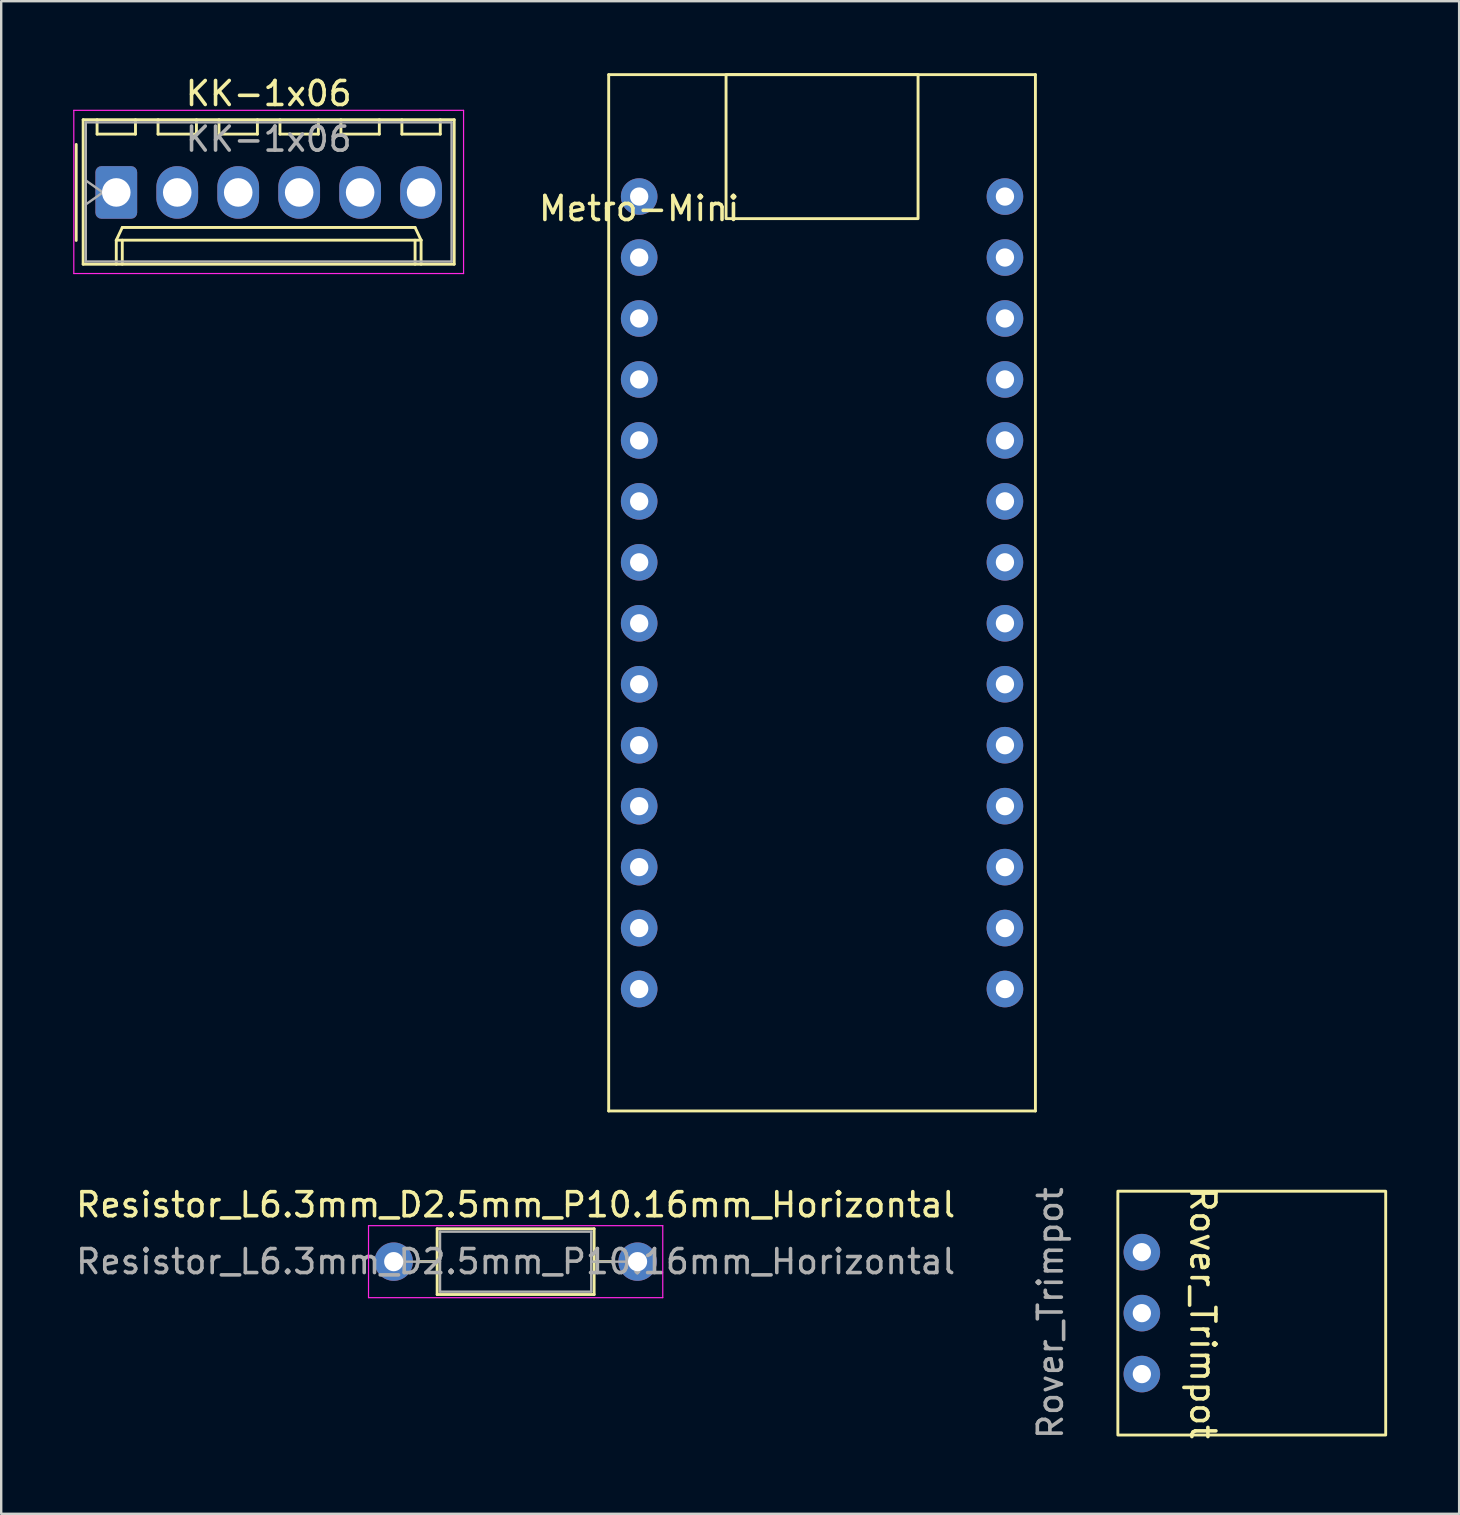
<source format=kicad_pcb>
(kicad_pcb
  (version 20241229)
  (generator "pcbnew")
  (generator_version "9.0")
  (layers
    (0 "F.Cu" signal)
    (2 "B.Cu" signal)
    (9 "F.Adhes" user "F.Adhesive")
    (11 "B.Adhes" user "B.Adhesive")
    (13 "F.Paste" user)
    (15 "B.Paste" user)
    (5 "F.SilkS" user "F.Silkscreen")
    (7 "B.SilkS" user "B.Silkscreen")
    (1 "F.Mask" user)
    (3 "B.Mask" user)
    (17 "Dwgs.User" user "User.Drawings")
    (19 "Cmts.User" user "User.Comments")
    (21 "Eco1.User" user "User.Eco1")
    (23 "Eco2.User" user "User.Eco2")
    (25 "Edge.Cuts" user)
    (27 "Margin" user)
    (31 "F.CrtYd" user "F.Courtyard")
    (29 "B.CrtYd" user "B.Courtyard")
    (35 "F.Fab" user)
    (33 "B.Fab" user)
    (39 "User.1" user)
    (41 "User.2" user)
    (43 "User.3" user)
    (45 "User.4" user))
  (footprint "Resistor_L6.3mm_D2.5mm_P10.16mm_Horizontal"
    (layer "F.Cu")
    (at 13.355 49.518)
    (property "Reference" "Resistor_L6.3mm_D2.5mm_P10.16mm_Horizontal" (at 5.08 -2.37 0) (layer "F.SilkS") (effects (font (size 1 1) (thickness 0.15))))
    (attr through_hole)
    (fp_line (start 1.04 0) (end 1.81 0) (stroke (width 0.12) (type solid)) (layer "F.SilkS"))
    (fp_line (start 1.81 -1.37) (end 1.81 1.37) (stroke (width 0.12) (type solid)) (layer "F.SilkS"))
    (fp_line (start 1.81 1.37) (end 8.35 1.37) (stroke (width 0.12) (type solid)) (layer "F.SilkS"))
    (fp_line (start 8.35 -1.37) (end 1.81 -1.37) (stroke (width 0.12) (type solid)) (layer "F.SilkS"))
    (fp_line (start 8.35 1.37) (end 8.35 -1.37) (stroke (width 0.12) (type solid)) (layer "F.SilkS"))
    (fp_line (start 9.12 0) (end 8.35 0) (stroke (width 0.12) (type solid)) (layer "F.SilkS"))
    (fp_line (start -1.05 -1.5) (end -1.05 1.5) (stroke (width 0.05) (type solid)) (layer "F.CrtYd"))
    (fp_line (start -1.05 1.5) (end 11.21 1.5) (stroke (width 0.05) (type solid)) (layer "F.CrtYd"))
    (fp_line (start 11.21 -1.5) (end -1.05 -1.5) (stroke (width 0.05) (type solid)) (layer "F.CrtYd"))
    (fp_line (start 11.21 1.5) (end 11.21 -1.5) (stroke (width 0.05) (type solid)) (layer "F.CrtYd"))
    (fp_line (start 0 0) (end 1.93 0) (stroke (width 0.1) (type solid)) (layer "F.Fab"))
    (fp_line (start 1.93 -1.25) (end 1.93 1.25) (stroke (width 0.1) (type solid)) (layer "F.Fab"))
    (fp_line (start 1.93 1.25) (end 8.23 1.25) (stroke (width 0.1) (type solid)) (layer "F.Fab"))
    (fp_line (start 8.23 -1.25) (end 1.93 -1.25) (stroke (width 0.1) (type solid)) (layer "F.Fab"))
    (fp_line (start 8.23 1.25) (end 8.23 -1.25) (stroke (width 0.1) (type solid)) (layer "F.Fab"))
    (fp_line (start 10.16 0) (end 8.23 0) (stroke (width 0.1) (type solid)) (layer "F.Fab"))
    (fp_text user "${REFERENCE}" (at 5.08 0 0) (layer "F.Fab") (effects (font (size 1 1) (thickness 0.15))))
    (pad "1" thru_hole circle (at 0 0) (size 1.6 1.6) (drill 0.8) (layers "*.Cu" "*.Mask"))
    (pad "2" thru_hole oval (at 10.16 0) (size 1.6 1.6) (drill 0.8) (layers "*.Cu" "*.Mask")))
  (footprint "KK-1x06"
    (layer "F.Cu")
    (at 1.795 4.968)
    (property "Reference" "KK-1x06" (at 6.35 -4.12 0) (layer "F.SilkS") (effects (font (size 1 1) (thickness 0.15))))
    (attr through_hole)
    (fp_line (start -1.67 -2) (end -1.67 2) (stroke (width 0.12) (type solid)) (layer "F.SilkS"))
    (fp_line (start -1.38 -3.03) (end -1.38 2.99) (stroke (width 0.12) (type solid)) (layer "F.SilkS"))
    (fp_line (start -1.38 2.99) (end 14.08 2.99) (stroke (width 0.12) (type solid)) (layer "F.SilkS"))
    (fp_line (start -0.8 -3.03) (end -0.8 -2.43) (stroke (width 0.12) (type solid)) (layer "F.SilkS"))
    (fp_line (start -0.8 -2.43) (end 0.8 -2.43) (stroke (width 0.12) (type solid)) (layer "F.SilkS"))
    (fp_line (start 0 1.99) (end 0.25 1.46) (stroke (width 0.12) (type solid)) (layer "F.SilkS"))
    (fp_line (start 0 1.99) (end 12.7 1.99) (stroke (width 0.12) (type solid)) (layer "F.SilkS"))
    (fp_line (start 0 2.99) (end 0 1.99) (stroke (width 0.12) (type solid)) (layer "F.SilkS"))
    (fp_line (start 0.25 1.46) (end 12.45 1.46) (stroke (width 0.12) (type solid)) (layer "F.SilkS"))
    (fp_line (start 0.25 2.99) (end 0.25 1.99) (stroke (width 0.12) (type solid)) (layer "F.SilkS"))
    (fp_line (start 0.8 -2.43) (end 0.8 -3.03) (stroke (width 0.12) (type solid)) (layer "F.SilkS"))
    (fp_line (start 1.74 -3.03) (end 1.74 -2.43) (stroke (width 0.12) (type solid)) (layer "F.SilkS"))
    (fp_line (start 1.74 -2.43) (end 3.34 -2.43) (stroke (width 0.12) (type solid)) (layer "F.SilkS"))
    (fp_line (start 3.34 -2.43) (end 3.34 -3.03) (stroke (width 0.12) (type solid)) (layer "F.SilkS"))
    (fp_line (start 4.28 -3.03) (end 4.28 -2.43) (stroke (width 0.12) (type solid)) (layer "F.SilkS"))
    (fp_line (start 4.28 -2.43) (end 5.88 -2.43) (stroke (width 0.12) (type solid)) (layer "F.SilkS"))
    (fp_line (start 5.88 -2.43) (end 5.88 -3.03) (stroke (width 0.12) (type solid)) (layer "F.SilkS"))
    (fp_line (start 6.82 -3.03) (end 6.82 -2.43) (stroke (width 0.12) (type solid)) (layer "F.SilkS"))
    (fp_line (start 6.82 -2.43) (end 8.42 -2.43) (stroke (width 0.12) (type solid)) (layer "F.SilkS"))
    (fp_line (start 8.42 -2.43) (end 8.42 -3.03) (stroke (width 0.12) (type solid)) (layer "F.SilkS"))
    (fp_line (start 9.36 -3.03) (end 9.36 -2.43) (stroke (width 0.12) (type solid)) (layer "F.SilkS"))
    (fp_line (start 9.36 -2.43) (end 10.96 -2.43) (stroke (width 0.12) (type solid)) (layer "F.SilkS"))
    (fp_line (start 10.96 -2.43) (end 10.96 -3.03) (stroke (width 0.12) (type solid)) (layer "F.SilkS"))
    (fp_line (start 11.9 -3.03) (end 11.9 -2.43) (stroke (width 0.12) (type solid)) (layer "F.SilkS"))
    (fp_line (start 11.9 -2.43) (end 13.5 -2.43) (stroke (width 0.12) (type solid)) (layer "F.SilkS"))
    (fp_line (start 12.45 1.46) (end 12.7 1.99) (stroke (width 0.12) (type solid)) (layer "F.SilkS"))
    (fp_line (start 12.45 2.99) (end 12.45 1.99) (stroke (width 0.12) (type solid)) (layer "F.SilkS"))
    (fp_line (start 12.7 1.99) (end 12.7 2.99) (stroke (width 0.12) (type solid)) (layer "F.SilkS"))
    (fp_line (start 13.5 -2.43) (end 13.5 -3.03) (stroke (width 0.12) (type solid)) (layer "F.SilkS"))
    (fp_line (start 14.08 -3.03) (end -1.38 -3.03) (stroke (width 0.12) (type solid)) (layer "F.SilkS"))
    (fp_line (start 14.08 2.99) (end 14.08 -3.03) (stroke (width 0.12) (type solid)) (layer "F.SilkS"))
    (fp_line (start -1.77 -3.42) (end -1.77 3.38) (stroke (width 0.05) (type solid)) (layer "F.CrtYd"))
    (fp_line (start -1.77 3.38) (end 14.47 3.38) (stroke (width 0.05) (type solid)) (layer "F.CrtYd"))
    (fp_line (start 14.47 -3.42) (end -1.77 -3.42) (stroke (width 0.05) (type solid)) (layer "F.CrtYd"))
    (fp_line (start 14.47 3.38) (end 14.47 -3.42) (stroke (width 0.05) (type solid)) (layer "F.CrtYd"))
    (fp_line (start -1.27 -2.92) (end -1.27 2.88) (stroke (width 0.1) (type solid)) (layer "F.Fab"))
    (fp_line (start -1.27 -0.5) (end -0.563 0) (stroke (width 0.1) (type solid)) (layer "F.Fab"))
    (fp_line (start -1.27 2.88) (end 13.97 2.88) (stroke (width 0.1) (type solid)) (layer "F.Fab"))
    (fp_line (start -0.563 0) (end -1.27 0.5) (stroke (width 0.1) (type solid)) (layer "F.Fab"))
    (fp_line (start 13.97 -2.92) (end -1.27 -2.92) (stroke (width 0.1) (type solid)) (layer "F.Fab"))
    (fp_line (start 13.97 2.88) (end 13.97 -2.92) (stroke (width 0.1) (type solid)) (layer "F.Fab"))
    (fp_text user "${REFERENCE}" (at 6.35 -2.22 0) (layer "F.Fab") (effects (font (size 1 1) (thickness 0.15))))
    (pad "1" thru_hole roundrect (at 0 0) (size 1.74 2.19) (drill 1.19) (layers "*.Cu" "*.Mask") (roundrect_rratio 0.144))
    (pad "2" thru_hole oval (at 2.54 0) (size 1.74 2.19) (drill 1.19) (layers "*.Cu" "*.Mask"))
    (pad "3" thru_hole oval (at 5.08 0) (size 1.74 2.19) (drill 1.19) (layers "*.Cu" "*.Mask"))
    (pad "4" thru_hole oval (at 7.62 0) (size 1.74 2.19) (drill 1.19) (layers "*.Cu" "*.Mask"))
    (pad "5" thru_hole oval (at 10.16 0) (size 1.74 2.19) (drill 1.19) (layers "*.Cu" "*.Mask"))
    (pad "6" thru_hole oval (at 12.7 0) (size 1.74 2.19) (drill 1.19) (layers "*.Cu" "*.Mask")))
  (footprint "Rover_Trimpot"
    (layer "F.Cu")
    (at 44.527 49.123)
    (property "Reference" "Rover_Trimpot" (at 2.54 2.54 270) (unlocked yes) (layer "F.SilkS") (effects (font (size 1 1) (thickness 0.15))))
    (attr through_hole)
    (fp_rect (start -1 -2.54) (end 10.16 7.62) (stroke (width 0.12) (type solid)) (fill no) (layer "F.SilkS"))
    (fp_text user "${REFERENCE}" (at -3.81 2.54 90) (unlocked yes) (layer "F.Fab") (effects (font (size 1 1) (thickness 0.15))))
    (pad "1" thru_hole circle (at 0 0) (size 1.524 1.524) (drill 0.762) (layers "*.Cu" "*.Mask"))
    (pad "2" thru_hole circle (at 0 2.54) (size 1.524 1.524) (drill 0.762) (layers "*.Cu" "*.Mask"))
    (pad "3" thru_hole circle (at 0 5.08) (size 1.524 1.524) (drill 0.762) (layers "*.Cu" "*.Mask")))
  (footprint "Metro-Mini"
    (layer "F.Cu")
    (at 23.582 5.14)
    (property "Reference" "Metro-Mini" (at 0 0.5 0) (layer "F.SilkS") (effects (font (size 1 1) (thickness 0.15))))
    (attr through_hole)
    (fp_line (start -1.27 -5.08) (end -1.27 38.1) (stroke (width 0.12) (type solid)) (layer "F.SilkS"))
    (fp_line (start -1.27 38.1) (end 16.51 38.1) (stroke (width 0.12) (type solid)) (layer "F.SilkS"))
    (fp_line (start 16.51 -5.08) (end -1.27 -5.08) (stroke (width 0.12) (type solid)) (layer "F.SilkS"))
    (fp_line (start 16.51 38.1) (end 16.51 -5.08) (stroke (width 0.12) (type solid)) (layer "F.SilkS"))
    (fp_rect (start 3.62 -5.08) (end 11.62 0.92) (stroke (width 0.12) (type solid)) (fill no) (layer "F.SilkS"))
    (pad "1" thru_hole circle (at 0 0) (size 1.524 1.524) (drill 0.762) (layers "*.Cu" "*.Mask"))
    (pad "2" thru_hole circle (at 0 2.54) (size 1.524 1.524) (drill 0.762) (layers "*.Cu" "*.Mask"))
    (pad "3" thru_hole circle (at 0 5.08) (size 1.524 1.524) (drill 0.762) (layers "*.Cu" "*.Mask"))
    (pad "4" thru_hole circle (at 0 7.62) (size 1.524 1.524) (drill 0.762) (layers "*.Cu" "*.Mask"))
    (pad "5" thru_hole circle (at 0 10.16) (size 1.524 1.524) (drill 0.762) (layers "*.Cu" "*.Mask"))
    (pad "6" thru_hole circle (at 0 12.7) (size 1.524 1.524) (drill 0.762) (layers "*.Cu" "*.Mask"))
    (pad "7" thru_hole circle (at 0 15.24) (size 1.524 1.524) (drill 0.762) (layers "*.Cu" "*.Mask"))
    (pad "8" thru_hole circle (at 0 17.78) (size 1.524 1.524) (drill 0.762) (layers "*.Cu" "*.Mask"))
    (pad "9" thru_hole circle (at 0 20.32) (size 1.524 1.524) (drill 0.762) (layers "*.Cu" "*.Mask"))
    (pad "10" thru_hole circle (at 0 22.86) (size 1.524 1.524) (drill 0.762) (layers "*.Cu" "*.Mask"))
    (pad "11" thru_hole circle (at 0 25.4) (size 1.524 1.524) (drill 0.762) (layers "*.Cu" "*.Mask"))
    (pad "12" thru_hole circle (at 0 27.94) (size 1.524 1.524) (drill 0.762) (layers "*.Cu" "*.Mask"))
    (pad "13" thru_hole circle (at 0 30.48) (size 1.524 1.524) (drill 0.762) (layers "*.Cu" "*.Mask"))
    (pad "14" thru_hole circle (at 0 33.02) (size 1.524 1.524) (drill 0.762) (layers "*.Cu" "*.Mask"))
    (pad "15" thru_hole circle (at 15.24 33.02) (size 1.524 1.524) (drill 0.762) (layers "*.Cu" "*.Mask"))
    (pad "16" thru_hole circle (at 15.24 30.48) (size 1.524 1.524) (drill 0.762) (layers "*.Cu" "*.Mask"))
    (pad "17" thru_hole circle (at 15.24 27.94) (size 1.524 1.524) (drill 0.762) (layers "*.Cu" "*.Mask"))
    (pad "18" thru_hole circle (at 15.24 25.4) (size 1.524 1.524) (drill 0.762) (layers "*.Cu" "*.Mask"))
    (pad "19" thru_hole circle (at 15.24 22.86) (size 1.524 1.524) (drill 0.762) (layers "*.Cu" "*.Mask"))
    (pad "20" thru_hole circle (at 15.24 20.32) (size 1.524 1.524) (drill 0.762) (layers "*.Cu" "*.Mask"))
    (pad "21" thru_hole circle (at 15.24 17.78) (size 1.524 1.524) (drill 0.762) (layers "*.Cu" "*.Mask"))
    (pad "22" thru_hole circle (at 15.24 15.24) (size 1.524 1.524) (drill 0.762) (layers "*.Cu" "*.Mask"))
    (pad "23" thru_hole circle (at 15.24 12.7) (size 1.524 1.524) (drill 0.762) (layers "*.Cu" "*.Mask"))
    (pad "24" thru_hole circle (at 15.24 10.16) (size 1.524 1.524) (drill 0.762) (layers "*.Cu" "*.Mask"))
    (pad "25" thru_hole circle (at 15.24 7.62) (size 1.524 1.524) (drill 0.762) (layers "*.Cu" "*.Mask"))
    (pad "26" thru_hole circle (at 15.24 5.08) (size 1.524 1.524) (drill 0.762) (layers "*.Cu" "*.Mask"))
    (pad "27" thru_hole circle (at 15.24 2.54) (size 1.524 1.524) (drill 0.762) (layers "*.Cu" "*.Mask"))
    (pad "28" thru_hole circle (at 15.24 0) (size 1.524 1.524) (drill 0.762) (layers "*.Cu" "*.Mask")))
  (gr_rect
    (start -3 -3)
    (end 57.747 60.026)
    (stroke (width 0.1) (type default))
    (fill no)
    (layer "Edge.Cuts")))
</source>
